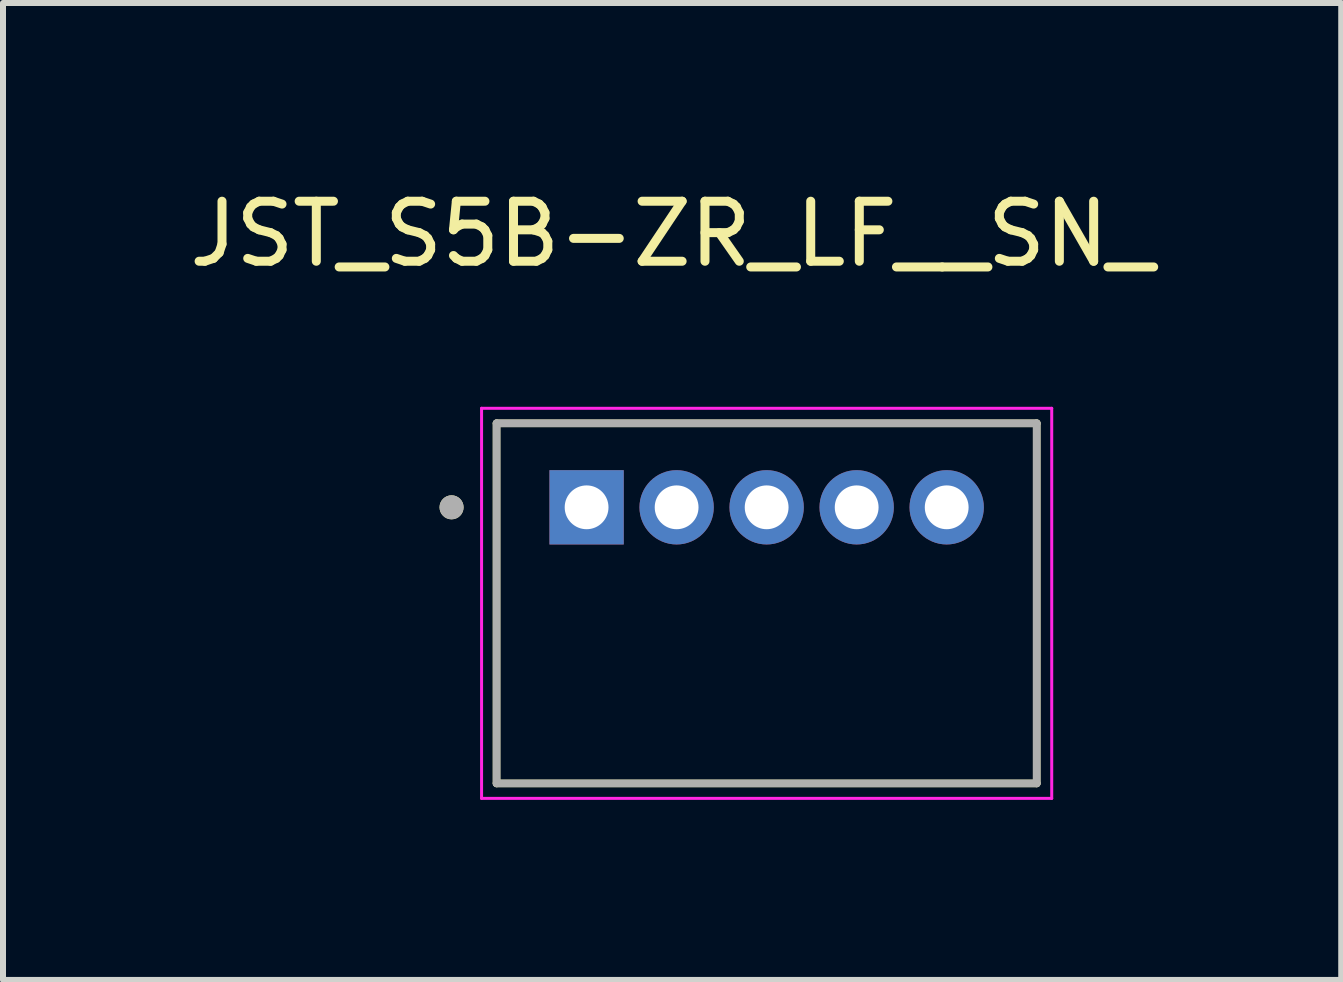
<source format=kicad_pcb>
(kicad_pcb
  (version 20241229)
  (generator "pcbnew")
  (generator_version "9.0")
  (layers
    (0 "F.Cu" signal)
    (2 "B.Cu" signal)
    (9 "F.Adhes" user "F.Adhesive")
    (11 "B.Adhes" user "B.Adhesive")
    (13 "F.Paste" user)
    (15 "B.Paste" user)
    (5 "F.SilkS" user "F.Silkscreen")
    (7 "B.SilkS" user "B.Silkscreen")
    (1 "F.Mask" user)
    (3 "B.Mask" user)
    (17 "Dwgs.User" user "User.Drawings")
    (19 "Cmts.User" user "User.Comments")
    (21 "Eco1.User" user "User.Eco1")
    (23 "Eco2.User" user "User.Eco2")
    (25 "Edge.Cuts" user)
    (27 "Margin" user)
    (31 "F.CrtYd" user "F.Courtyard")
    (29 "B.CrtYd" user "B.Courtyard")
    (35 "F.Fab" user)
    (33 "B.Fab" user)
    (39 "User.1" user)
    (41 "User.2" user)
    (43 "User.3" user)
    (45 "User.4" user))
  (footprint "JST_S5B-ZR_LF__SN_"
    (layer "F.Cu")
    (at 9.724 7.003)
    (property "Reference" "JST_S5B-ZR_LF__SN_" (at -1.575 -6.155 0) (layer "F.SilkS") (effects (font (size 1 1) (thickness 0.15))))
    (attr through_hole)
    (fp_line (start -4.5 -3) (end -4.5 3) (stroke (width 0.127) (type solid)) (layer "F.SilkS"))
    (fp_line (start -4.5 3) (end 4.5 3) (stroke (width 0.127) (type solid)) (layer "F.SilkS"))
    (fp_line (start 4.5 -3) (end -4.5 -3) (stroke (width 0.127) (type solid)) (layer "F.SilkS"))
    (fp_line (start 4.5 3) (end 4.5 -3) (stroke (width 0.127) (type solid)) (layer "F.SilkS"))
    (fp_circle (center -5.25 -1.6) (end -5.15 -1.6) (stroke (width 0.2) (type solid)) (fill no) (layer "F.SilkS"))
    (fp_line (start -4.75 -3.25) (end -4.75 3.25) (stroke (width 0.05) (type solid)) (layer "F.CrtYd"))
    (fp_line (start -4.75 3.25) (end 4.75 3.25) (stroke (width 0.05) (type solid)) (layer "F.CrtYd"))
    (fp_line (start 4.75 -3.25) (end -4.75 -3.25) (stroke (width 0.05) (type solid)) (layer "F.CrtYd"))
    (fp_line (start 4.75 3.25) (end 4.75 -3.25) (stroke (width 0.05) (type solid)) (layer "F.CrtYd"))
    (fp_line (start -4.5 -3) (end -4.5 3) (stroke (width 0.127) (type solid)) (layer "F.Fab"))
    (fp_line (start -4.5 3) (end 4.5 3) (stroke (width 0.127) (type solid)) (layer "F.Fab"))
    (fp_line (start 4.5 -3) (end -4.5 -3) (stroke (width 0.127) (type solid)) (layer "F.Fab"))
    (fp_line (start 4.5 3) (end 4.5 -3) (stroke (width 0.127) (type solid)) (layer "F.Fab"))
    (fp_circle (center -5.25 -1.6) (end -5.15 -1.6) (stroke (width 0.2) (type solid)) (fill no) (layer "F.Fab"))
    (pad "1" thru_hole rect (at -3 -1.6) (size 1.238 1.238) (drill 0.73) (layers "*.Cu" "*.Mask"))
    (pad "2" thru_hole circle (at -1.5 -1.6) (size 1.238 1.238) (drill 0.73) (layers "*.Cu" "*.Mask"))
    (pad "3" thru_hole circle (at 0 -1.6) (size 1.238 1.238) (drill 0.73) (layers "*.Cu" "*.Mask"))
    (pad "4" thru_hole circle (at 1.5 -1.6) (size 1.238 1.238) (drill 0.73) (layers "*.Cu" "*.Mask"))
    (pad "5" thru_hole circle (at 3 -1.6) (size 1.238 1.238) (drill 0.73) (layers "*.Cu" "*.Mask")))
  (gr_rect
    (start -3 -3)
    (end 19.298 13.278)
    (stroke (width 0.1) (type default))
    (fill no)
    (layer "Edge.Cuts")))
</source>
